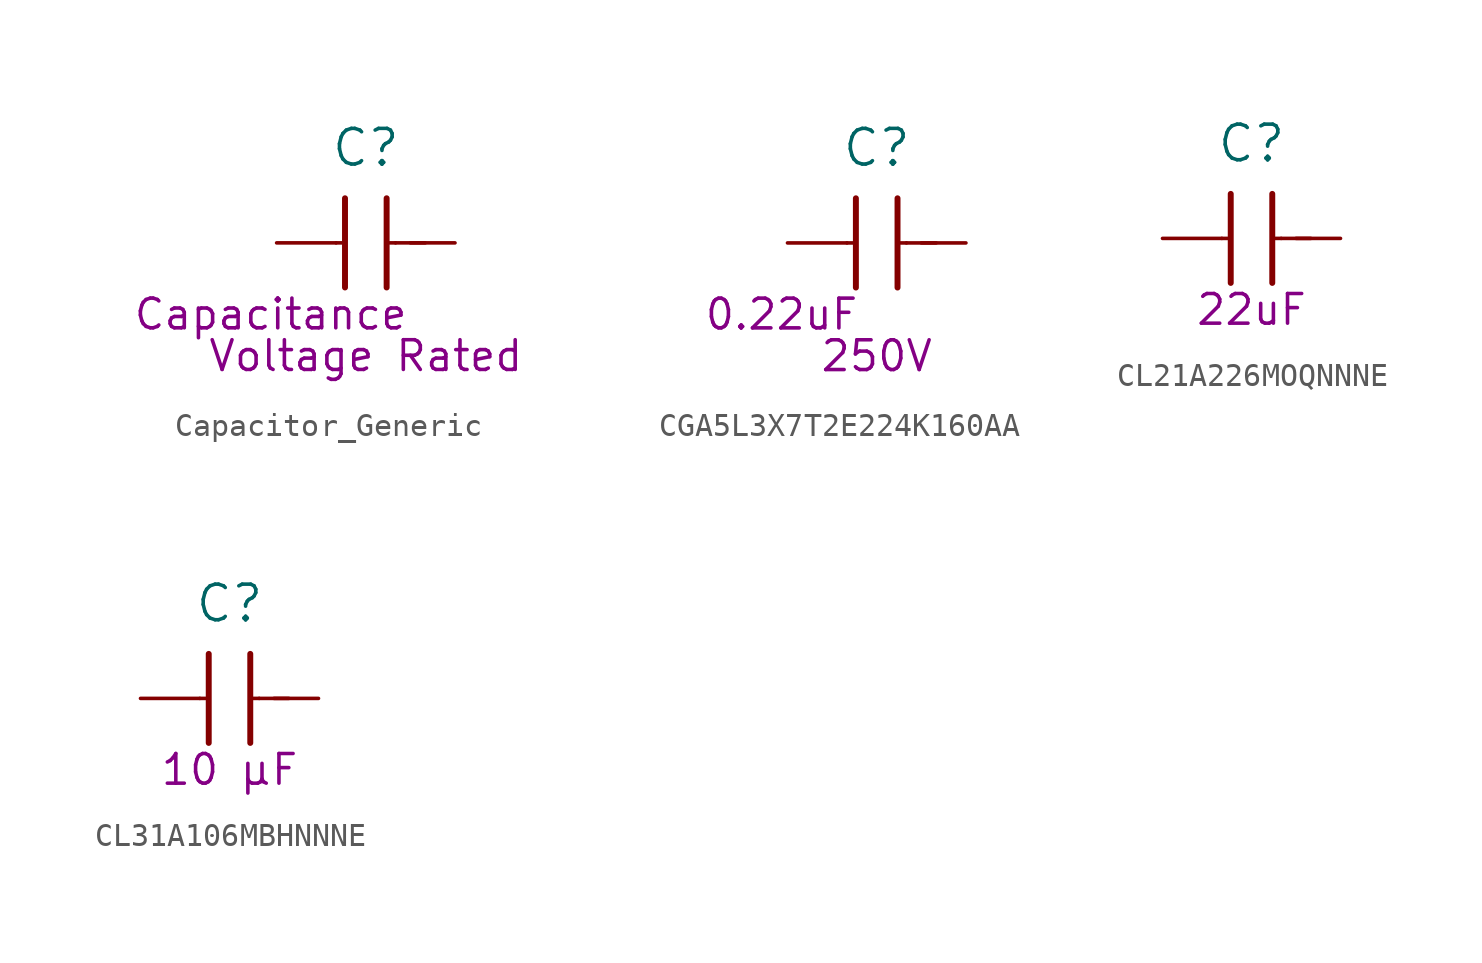
<source format=kicad_sym>
(kicad_symbol_lib
  (version 20231120)
  (generator "kicad_symbol_editor")
  (generator_version "8.0")
  (symbol "Capacitor_Generic"
    (pin_numbers hide)
    (pin_names
      (offset 0) hide)
    (property "Reference" "C"
      (at -1.27 4.064 0)
      (effects (font (size 1.524 1.524))))
    (property "Capacitance (Farad)" "Capacitance"
      (at -5.334 -3.048 0)
      (effects (font (size 1.27 1.27))))
    (property "Voltage Rated (Volt)" "Voltage Rated"
      (at -1.27 -4.826 0)
      (effects (font (size 1.27 1.27))))
    (symbol "Capacitor_Generic_0_1"
      (polyline (pts (xy -2.54 0) (xy -2.286 0)) (stroke (width 0) (type default)) (fill (type none)))
      (polyline (pts (xy -2.159 1.905) (xy -2.159 -1.905)) (stroke (width 0.254) (type default)) (fill (type none)))
      (polyline (pts (xy -0.381 1.905) (xy -0.381 -1.905)) (stroke (width 0.254) (type default)) (fill (type none)))
      (polyline (pts (xy 0 0) (xy -0.254 0)) (stroke (width 0) (type default)) (fill (type none)))
      (polyline (pts (xy 0.635 0) (xy 1.27 0)) (stroke (width 0) (type default)) (fill (type none))))
    (symbol "Capacitor_Generic_1_1"
      (pin passive line (at -5.08 0 0) (length 2.54) (name "1" (effects (font (size 1.27 1.27)))) (number "1" (effects (font (size 1.27 1.27)))))
      (pin passive line (at 2.54 0 180) (length 2.54) (name "2" (effects (font (size 1.27 1.27)))) (number "2" (effects (font (size 1.27 1.27)))))))
  (symbol "CGA5L3X7T2E224K160AA"
    (pin_numbers hide)
    (pin_names
      (offset 0) hide)
    (property "Reference" "C"
      (at -1.27 4.064 0)
      (effects (font (size 1.524 1.524))))
    (property "Capacitance (Farad)" "0.22uF"
      (at -5.334 -3.048 0)
      (effects (font (size 1.27 1.27))))
    (property "Voltage Rated (Volt)" "250V"
      (at -1.27 -4.826 0)
      (effects (font (size 1.27 1.27))))
    (symbol "CGA5L3X7T2E224K160AA_0_1"
      (polyline (pts (xy -2.54 0) (xy -2.286 0)) (stroke (width 0) (type default)) (fill (type none)))
      (polyline (pts (xy -2.159 1.905) (xy -2.159 -1.905)) (stroke (width 0.254) (type default)) (fill (type none)))
      (polyline (pts (xy -0.381 1.905) (xy -0.381 -1.905)) (stroke (width 0.254) (type default)) (fill (type none)))
      (polyline (pts (xy 0 0) (xy -0.254 0)) (stroke (width 0) (type default)) (fill (type none)))
      (polyline (pts (xy 0.635 0) (xy 1.27 0)) (stroke (width 0) (type default)) (fill (type none))))
    (symbol "CGA5L3X7T2E224K160AA_1_1"
      (pin passive line (at -5.08 0 0) (length 2.54) (name "1" (effects (font (size 1.27 1.27)))) (number "1" (effects (font (size 1.27 1.27)))))
      (pin passive line (at 2.54 0 180) (length 2.54) (name "2" (effects (font (size 1.27 1.27)))) (number "2" (effects (font (size 1.27 1.27)))))))
  (symbol "CL21A226MOQNNNE"
    (pin_numbers hide)
    (pin_names
      (offset 0) hide)
    (property "Reference" "C"
      (at -1.27 4.064 0)
      (effects (font (size 1.524 1.524))))
    (property "Capacitance (Farad)" "22uF"
      (at -1.27 -3.048 0)
      (effects (font (size 1.27 1.27))))
    (symbol "CL21A226MOQNNNE_0_1"
      (polyline (pts (xy -2.54 0) (xy -2.286 0)) (stroke (width 0) (type default)) (fill (type none)))
      (polyline (pts (xy -2.159 1.905) (xy -2.159 -1.905)) (stroke (width 0.254) (type default)) (fill (type none)))
      (polyline (pts (xy -0.381 1.905) (xy -0.381 -1.905)) (stroke (width 0.254) (type default)) (fill (type none)))
      (polyline (pts (xy 0 0) (xy -0.254 0)) (stroke (width 0) (type default)) (fill (type none)))
      (polyline (pts (xy 0.635 0) (xy 1.27 0)) (stroke (width 0) (type default)) (fill (type none))))
    (symbol "CL21A226MOQNNNE_1_1"
      (pin passive line (at -5.08 0 0) (length 2.54) (name "1" (effects (font (size 1.27 1.27)))) (number "1" (effects (font (size 1.27 1.27)))))
      (pin passive line (at 2.54 0 180) (length 2.54) (name "2" (effects (font (size 1.27 1.27)))) (number "2" (effects (font (size 1.27 1.27)))))))
  (symbol "CL31A106MBHNNNE"
    (pin_numbers hide)
    (pin_names
      (offset 0) hide)
    (property "Reference" "C"
      (at -1.27 4.064 0)
      (effects (font (size 1.524 1.524))))
    (property "Capacitance (Farad)" "10 µF"
      (at -1.27 -3.048 0)
      (effects (font (size 1.27 1.27))))
    (symbol "CL31A106MBHNNNE_0_1"
      (polyline (pts (xy -2.54 0) (xy -2.286 0)) (stroke (width 0) (type default)) (fill (type none)))
      (polyline (pts (xy -2.159 1.905) (xy -2.159 -1.905)) (stroke (width 0.254) (type default)) (fill (type none)))
      (polyline (pts (xy -0.381 1.905) (xy -0.381 -1.905)) (stroke (width 0.254) (type default)) (fill (type none)))
      (polyline (pts (xy 0 0) (xy -0.254 0)) (stroke (width 0) (type default)) (fill (type none)))
      (polyline (pts (xy 0.635 0) (xy 1.27 0)) (stroke (width 0) (type default)) (fill (type none))))
    (symbol "CL31A106MBHNNNE_1_1"
      (pin passive line (at -5.08 0 0) (length 2.54) (name "1" (effects (font (size 1.27 1.27)))) (number "1" (effects (font (size 1.27 1.27)))))
      (pin passive line (at 2.54 0 180) (length 2.54) (name "2" (effects (font (size 1.27 1.27)))) (number "2" (effects (font (size 1.27 1.27))))))))
</source>
